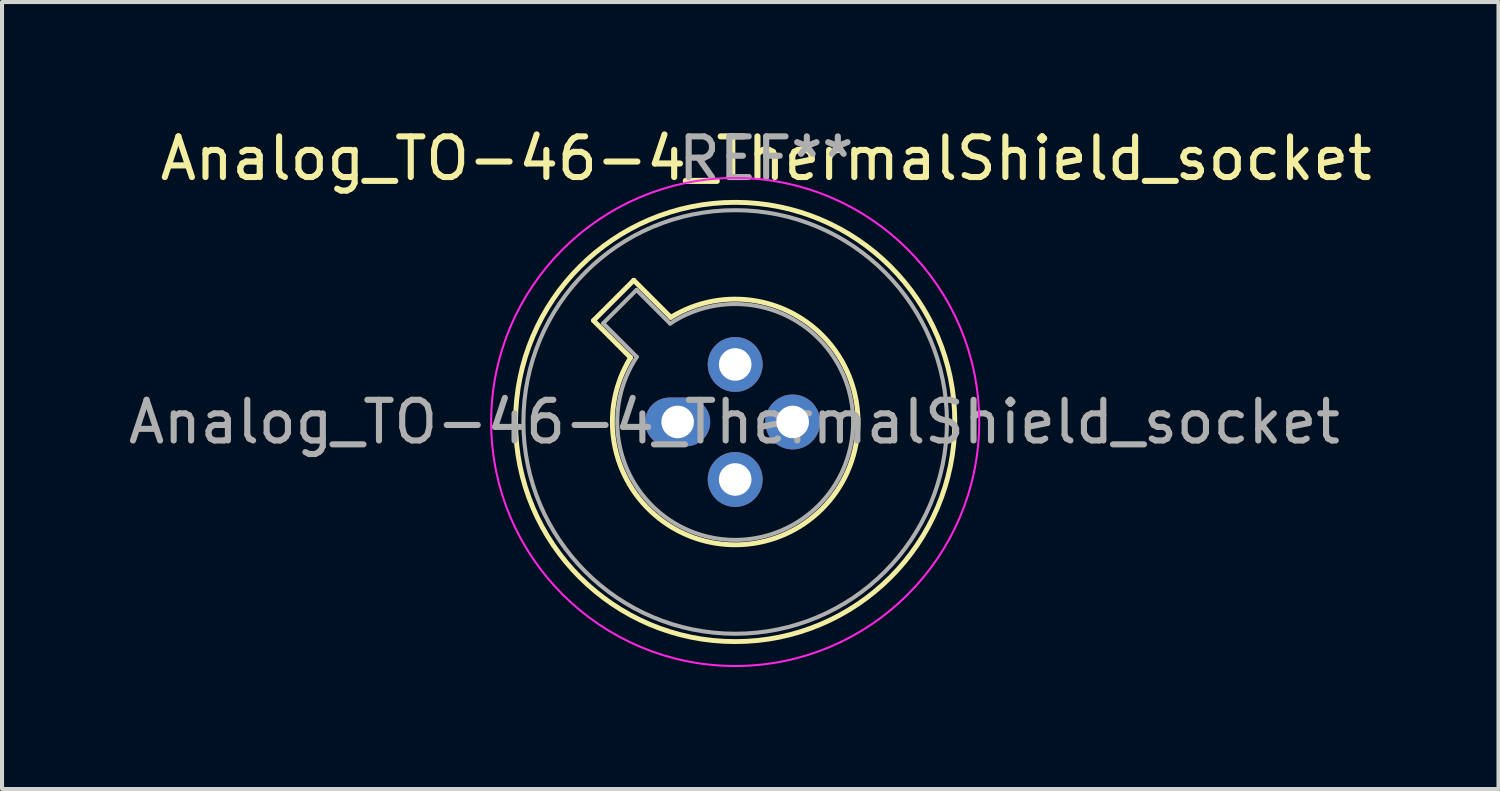
<source format=kicad_pcb>
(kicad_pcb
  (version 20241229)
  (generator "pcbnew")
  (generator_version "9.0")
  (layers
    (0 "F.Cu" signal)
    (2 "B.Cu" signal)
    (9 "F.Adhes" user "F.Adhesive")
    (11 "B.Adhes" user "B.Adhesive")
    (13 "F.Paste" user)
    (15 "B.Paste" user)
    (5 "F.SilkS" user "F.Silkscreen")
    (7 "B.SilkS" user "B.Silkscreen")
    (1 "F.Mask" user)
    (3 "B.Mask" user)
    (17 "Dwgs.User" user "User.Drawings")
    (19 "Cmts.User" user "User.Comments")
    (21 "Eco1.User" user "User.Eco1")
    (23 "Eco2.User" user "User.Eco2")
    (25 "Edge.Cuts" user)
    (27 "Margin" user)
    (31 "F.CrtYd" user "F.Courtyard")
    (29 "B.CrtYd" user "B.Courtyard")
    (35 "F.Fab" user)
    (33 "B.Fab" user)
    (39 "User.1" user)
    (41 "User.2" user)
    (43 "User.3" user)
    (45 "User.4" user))
  (footprint "Analog_TO-46-4_ThermalShield_socket"
    (layer "F.Cu")
    (at 13.612 7.325)
    (property "Reference" "Analog_TO-46-4_ThermalShield_socket" (at 2.176 -6.477 0) (layer "F.SilkS") (effects (font (size 1 1) (thickness 0.15))))
    (attr through_hole)
    (fp_line (start -2.07 -2.494) (end -1.158 -1.582) (stroke (width 0.12) (type solid)) (layer "F.SilkS"))
    (fp_line (start -1.08 -3.484) (end -2.07 -2.494) (stroke (width 0.12) (type solid)) (layer "F.SilkS"))
    (fp_line (start -0.168 -2.572) (end -1.08 -3.484) (stroke (width 0.12) (type solid)) (layer "F.SilkS"))
    (fp_arc (start -0.168117 -2.572281) (mid 3.549588 2.135551) (end -1.157936 -1.582544) (stroke (width 0.12) (type solid)) (layer "F.SilkS"))
    (fp_circle (center 1.414 0) (end 6.814 0) (stroke (width 0.12) (type solid)) (fill no) (layer "F.SilkS"))
    (fp_circle (center 1.414 0) (end 7.414 0) (stroke (width 0.05) (type solid)) (fill no) (layer "F.CrtYd"))
    (fp_line (start -1.832 -2.426) (end -1.005 -1.599) (stroke (width 0.1) (type solid)) (layer "F.Fab"))
    (fp_line (start -1.012 -3.247) (end -1.832 -2.426) (stroke (width 0.1) (type solid)) (layer "F.Fab"))
    (fp_line (start -0.185 -2.419) (end -1.012 -3.247) (stroke (width 0.1) (type solid)) (layer "F.Fab"))
    (fp_arc (start -0.184843 -2.419301) (mid 3.46529 2.050143) (end -1.005815 -1.597956) (stroke (width 0.1) (type solid)) (layer "F.Fab"))
    (fp_circle (center 1.414 0) (end 6.621 0) (stroke (width 0.1) (type solid)) (fill no) (layer "F.Fab"))
    (fp_text user "${REFERENCE}" (at 1.394 0 0) (layer "F.Fab") (effects (font (size 1 1) (thickness 0.15))))
    (fp_text user "REF**" (at 2.176 -6.477 0) (layer "F.Fab") (effects (font (size 1 1) (thickness 0.15))))
    (pad "1" thru_hole oval (at 0 0) (size 1.6 1.2) (drill 0.8) (layers "*.Cu" "*.Mask"))
    (pad "2" thru_hole circle (at 1.414 1.414) (size 1.35 1.35) (drill 0.8) (layers "*.Cu" "*.Mask"))
    (pad "3" thru_hole circle (at 2.828 0) (size 1.35 1.35) (drill 0.8) (layers "*.Cu" "*.Mask"))
    (pad "4" thru_hole circle (at 1.414 -1.414) (size 1.35 1.35) (drill 0.8) (layers "*.Cu" "*.Mask")))
  (gr_rect
    (start -3 -3)
    (end 33.794 16.35)
    (stroke (width 0.1) (type default))
    (fill no)
    (layer "Edge.Cuts")))
</source>
